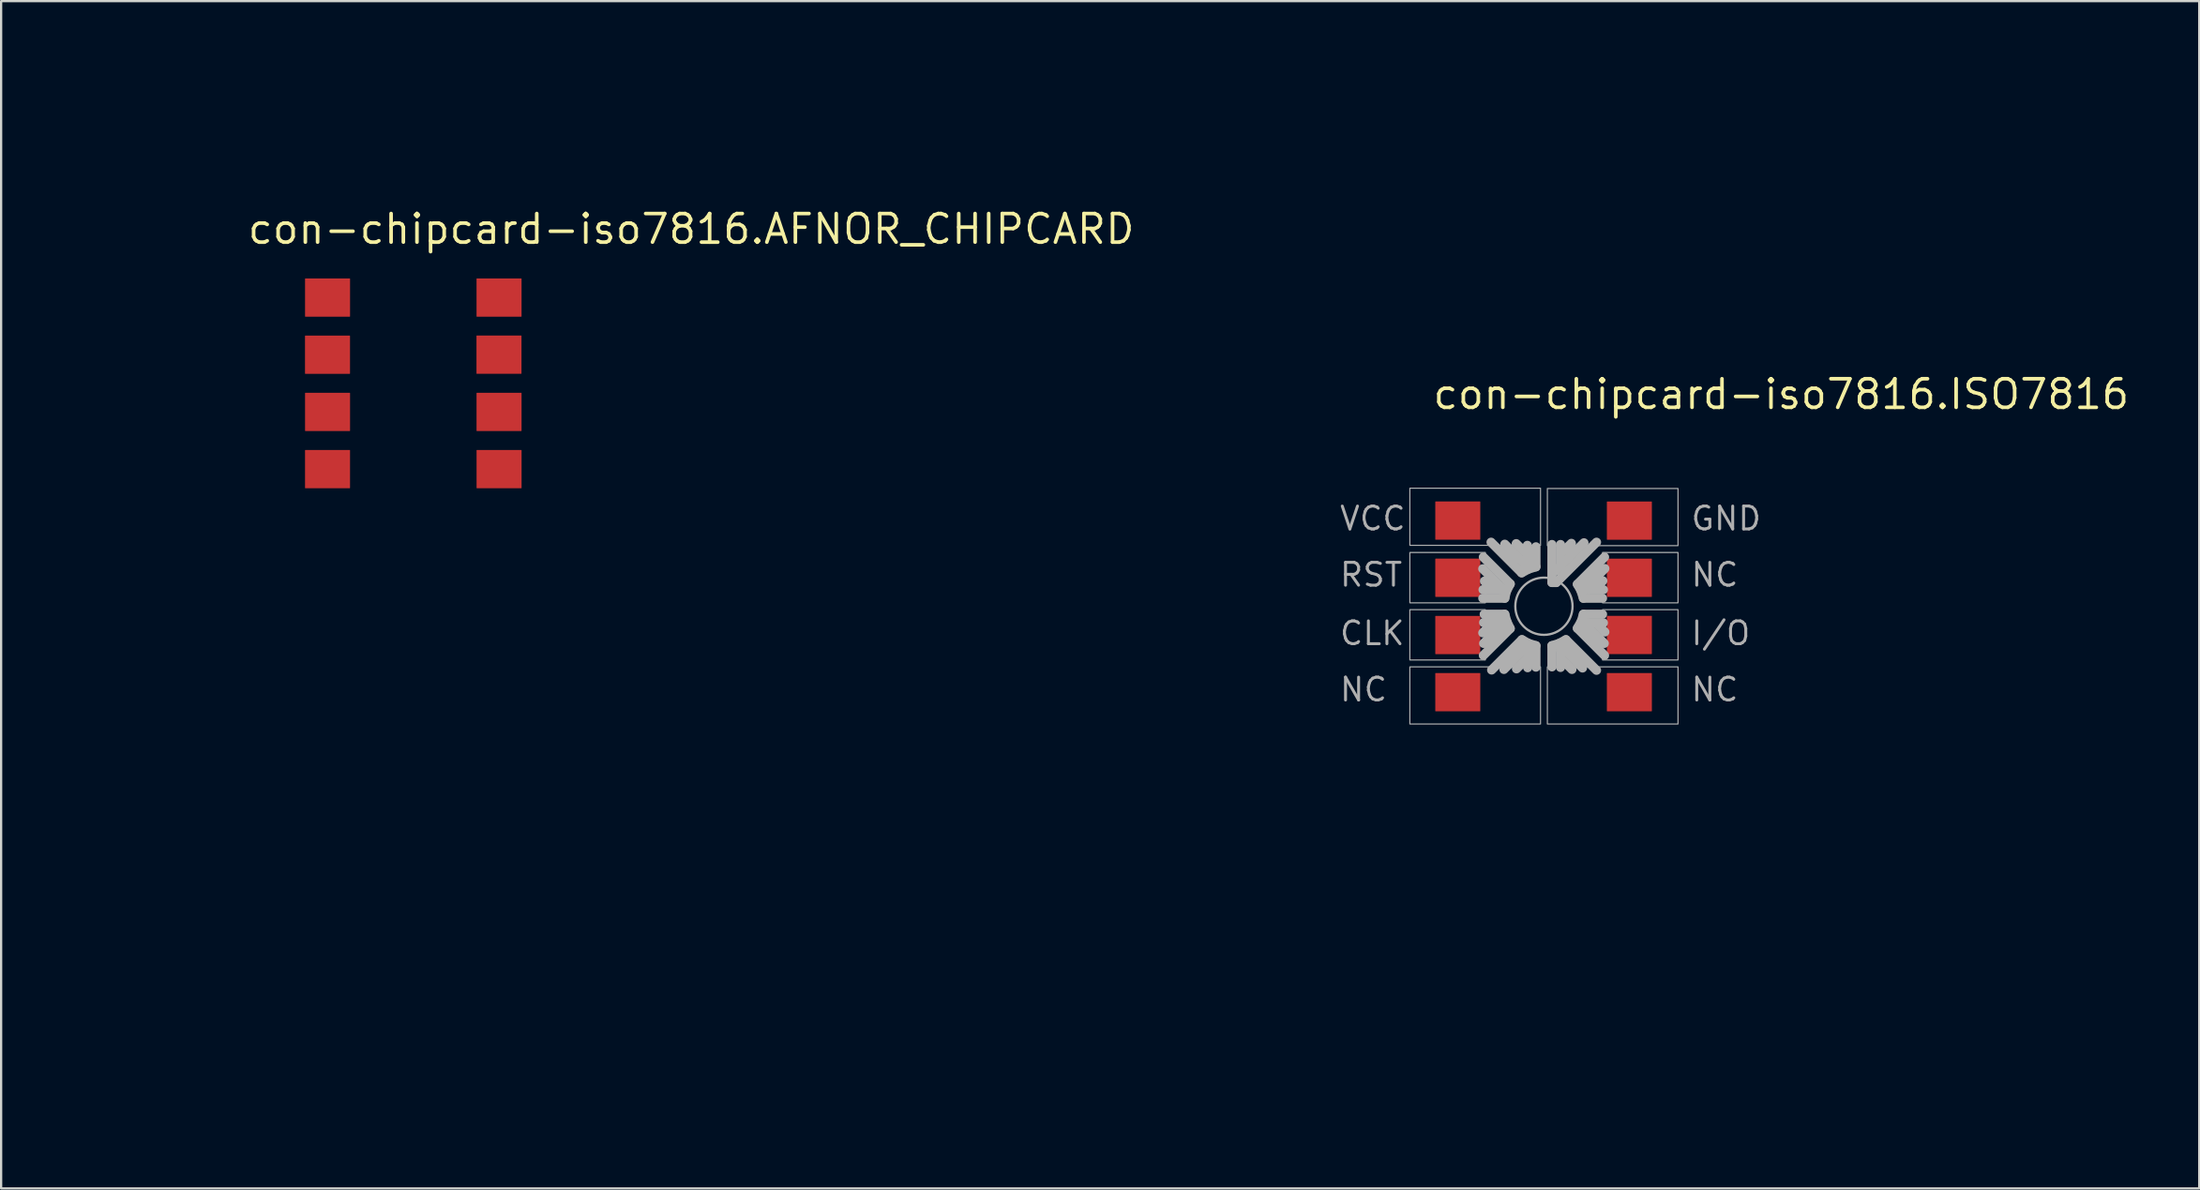
<source format=kicad_pcb>
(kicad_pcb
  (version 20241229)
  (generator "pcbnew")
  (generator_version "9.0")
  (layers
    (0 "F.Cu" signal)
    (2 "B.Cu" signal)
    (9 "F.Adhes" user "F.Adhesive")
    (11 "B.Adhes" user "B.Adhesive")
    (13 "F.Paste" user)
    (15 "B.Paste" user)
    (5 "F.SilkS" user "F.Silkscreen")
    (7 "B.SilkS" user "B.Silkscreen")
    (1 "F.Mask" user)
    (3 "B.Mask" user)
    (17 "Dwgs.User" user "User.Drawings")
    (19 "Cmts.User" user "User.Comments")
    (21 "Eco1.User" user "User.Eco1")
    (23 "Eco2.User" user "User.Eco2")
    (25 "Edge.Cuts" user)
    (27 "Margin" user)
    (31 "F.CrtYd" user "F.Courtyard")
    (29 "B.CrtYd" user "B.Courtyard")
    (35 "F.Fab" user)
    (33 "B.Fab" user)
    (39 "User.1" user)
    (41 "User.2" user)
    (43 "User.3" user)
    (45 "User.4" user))
  (footprint "con-chipcard-iso7816.AFNOR_CHIPCARD"
    (layer "F.Cu")
    (at 0.25 0.25)
    (property "Reference" "con-chipcard-iso7816.AFNOR_CHIPCARD" (at 7.62 7.62 0) (layer "F.SilkS") (effects (font (size 1.27 1.27) (thickness 0.16)) (justify left bottom)))
    (attr smd)
    (fp_line (start 0 46.5) (end 0 2.25) (stroke (width 0.0002) (type default)) (layer "F.SilkS"))
    (fp_line (start 2.25 0) (end 36.25 0) (stroke (width 0.0002) (type default)) (layer "F.SilkS"))
    (fp_arc (start 0 2.25) (mid 0.65901 0.65901) (end 2.25 0) (stroke (width 0.0002) (type default)) (layer "F.SilkS"))
    (pad "C1" smd roundrect (at 18.872 17.541) (size 2 1.7) (layers "F.Cu" "F.Mask" "F.Paste") (roundrect_rratio 0.01))
    (pad "C2" smd roundrect (at 18.871 15) (size 2 1.7) (layers "F.Cu" "F.Mask" "F.Paste") (roundrect_rratio 0.01))
    (pad "C3" smd roundrect (at 18.868 12.457) (size 2 1.7) (layers "F.Cu" "F.Mask" "F.Paste") (roundrect_rratio 0.01))
    (pad "C4" smd roundrect (at 18.871 9.92) (size 2 1.7) (layers "F.Cu" "F.Mask" "F.Paste") (roundrect_rratio 0.01))
    (pad "C5" smd roundrect (at 11.251 17.542) (size 2 1.7) (layers "F.Cu" "F.Mask" "F.Paste") (roundrect_rratio 0.01))
    (pad "C6" smd roundrect (at 11.252 15) (size 2 1.7) (layers "F.Cu" "F.Mask" "F.Paste") (roundrect_rratio 0.01))
    (pad "C7" smd roundrect (at 11.25 12.459) (size 2 1.7) (layers "F.Cu" "F.Mask" "F.Paste") (roundrect_rratio 0.01))
    (pad "C8" smd roundrect (at 11.252 9.92) (size 2 1.7) (layers "F.Cu" "F.Mask" "F.Paste") (roundrect_rratio 0.01)))
  (footprint "con-chipcard-iso7816.ISO7816"
    (layer "F.Cu")
    (at 56.716 16.48)
    (property "Reference" "con-chipcard-iso7816.ISO7816" (at 3.81 -1.27 0) (layer "F.SilkS") (effects (font (size 1.27 1.27) (thickness 0.16)) (justify left bottom)))
    (attr smd)
    (fp_line (start -6.25 30) (end -6.25 -14.48) (stroke (width 0.0002) (type default)) (layer "F.SilkS"))
    (fp_line (start -4.25 -16.48) (end 30 -16.48) (stroke (width 0.0002) (type default)) (layer "F.SilkS"))
    (fp_line (start 0 1) (end 0 14) (stroke (width 0.0002) (type default)) (layer "F.SilkS"))
    (fp_line (start 1 0) (end 24 0) (stroke (width 0.0002) (type default)) (layer "F.SilkS"))
    (fp_line (start 1 15) (end 21.7 15) (stroke (width 0.0002) (type default)) (layer "F.SilkS"))
    (fp_line (start 22.3 14.7) (end 24.8 12.2) (stroke (width 0.0002) (type default)) (layer "F.SilkS"))
    (fp_line (start 25 11.6) (end 25 1) (stroke (width 0.0002) (type default)) (layer "F.SilkS"))
    (fp_arc (start -6.25 -14.48) (mid -5.664214 -15.894214) (end -4.25 -16.48) (stroke (width 0.0002) (type default)) (layer "F.SilkS"))
    (fp_arc (start 0 1) (mid 0.292893 0.292893) (end 1 0) (stroke (width 0.0002) (type default)) (layer "F.SilkS"))
    (fp_arc (start 1 15) (mid 0.292893 14.707107) (end 0 14) (stroke (width 0.0002) (type default)) (layer "F.SilkS"))
    (fp_arc (start 22.3 14.7) (mid 22.025694 14.901388) (end 21.7 15) (stroke (width 0.0002) (type default)) (layer "F.SilkS"))
    (fp_arc (start 24 0) (mid 24.707107 0.292893) (end 25 1) (stroke (width 0.0002) (type default)) (layer "F.SilkS"))
    (fp_arc (start 25 11.6) (mid 24.948683 11.916228) (end 24.8 12.2) (stroke (width 0.0002) (type default)) (layer "F.SilkS"))
    (fp_line (start 6.109 8.585) (end 6.439 8.255) (stroke (width 0.406) (type default)) (layer "F.Fab"))
    (fp_line (start 6.121 6.668) (end 6.921 6.668) (stroke (width 0.406) (type default)) (layer "F.Fab"))
    (fp_line (start 6.134 5.22) (end 7.328 6.413) (stroke (width 0.406) (type default)) (layer "F.Fab"))
    (fp_line (start 6.134 9.588) (end 7.328 8.395) (stroke (width 0.406) (type default)) (layer "F.Fab"))
    (fp_line (start 6.147 8.128) (end 6.871 8.128) (stroke (width 0.406) (type default)) (layer "F.Fab"))
    (fp_line (start 6.388 6.49) (end 6.185 6.287) (stroke (width 0.406) (type default)) (layer "F.Fab"))
    (fp_line (start 6.439 8.255) (end 6.439 8.23) (stroke (width 0.406) (type default)) (layer "F.Fab"))
    (fp_line (start 6.871 8.128) (end 6.972 8.23) (stroke (width 0.406) (type default)) (layer "F.Fab"))
    (fp_line (start 6.921 6.553) (end 6.109 5.74) (stroke (width 0.406) (type default)) (layer "F.Fab"))
    (fp_line (start 6.921 6.668) (end 6.921 6.553) (stroke (width 0.406) (type default)) (layer "F.Fab"))
    (fp_line (start 6.972 8.23) (end 6.147 9.055) (stroke (width 0.406) (type default)) (layer "F.Fab"))
    (fp_line (start 7.087 7.048) (end 6.109 7.048) (stroke (width 0.406) (type default)) (layer "F.Fab"))
    (fp_line (start 7.087 7.76) (end 6.172 7.76) (stroke (width 0.406) (type default)) (layer "F.Fab"))
    (fp_line (start 7.163 6.731) (end 7.087 7.048) (stroke (width 0.406) (type default)) (layer "F.Fab"))
    (fp_line (start 7.176 8.077) (end 7.087 7.76) (stroke (width 0.406) (type default)) (layer "F.Fab"))
    (fp_line (start 7.328 6.413) (end 7.163 6.731) (stroke (width 0.406) (type default)) (layer "F.Fab"))
    (fp_line (start 7.328 8.395) (end 7.176 8.077) (stroke (width 0.406) (type default)) (layer "F.Fab"))
    (fp_line (start 7.607 10.185) (end 8.001 9.792) (stroke (width 0.406) (type default)) (layer "F.Fab"))
    (fp_line (start 7.836 5.918) (end 6.477 4.559) (stroke (width 0.406) (type default)) (layer "F.Fab"))
    (fp_line (start 7.849 8.89) (end 6.502 10.236) (stroke (width 0.406) (type default)) (layer "F.Fab"))
    (fp_line (start 7.988 5.016) (end 7.595 4.623) (stroke (width 0.406) (type default)) (layer "F.Fab"))
    (fp_line (start 7.988 5.55) (end 7.087 4.648) (stroke (width 0.406) (type default)) (layer "F.Fab"))
    (fp_line (start 8.014 9.246) (end 7.048 10.211) (stroke (width 0.406) (type default)) (layer "F.Fab"))
    (fp_line (start 8.09 4.699) (end 8.09 5.448) (stroke (width 0.406) (type default)) (layer "F.Fab"))
    (fp_line (start 8.09 5.448) (end 7.988 5.55) (stroke (width 0.406) (type default)) (layer "F.Fab"))
    (fp_line (start 8.103 9.335) (end 8.014 9.246) (stroke (width 0.406) (type default)) (layer "F.Fab"))
    (fp_line (start 8.103 10.135) (end 8.103 9.335) (stroke (width 0.406) (type default)) (layer "F.Fab"))
    (fp_line (start 8.141 5.753) (end 7.836 5.918) (stroke (width 0.406) (type default)) (layer "F.Fab"))
    (fp_line (start 8.141 9.055) (end 7.849 8.89) (stroke (width 0.406) (type default)) (layer "F.Fab"))
    (fp_line (start 8.471 4.763) (end 8.471 5.652) (stroke (width 0.406) (type default)) (layer "F.Fab"))
    (fp_line (start 8.471 5.652) (end 8.141 5.753) (stroke (width 0.406) (type default)) (layer "F.Fab"))
    (fp_line (start 8.471 9.157) (end 8.141 9.055) (stroke (width 0.406) (type default)) (layer "F.Fab"))
    (fp_line (start 8.471 10.109) (end 8.471 9.157) (stroke (width 0.406) (type default)) (layer "F.Fab"))
    (fp_line (start 9.182 4.661) (end 9.182 6.35) (stroke (width 0.406) (type default)) (layer "F.Fab"))
    (fp_line (start 9.182 6.35) (end 9.373 6.35) (stroke (width 0.406) (type default)) (layer "F.Fab"))
    (fp_line (start 9.182 9.157) (end 9.5 9.055) (stroke (width 0.406) (type default)) (layer "F.Fab"))
    (fp_line (start 9.182 10.097) (end 9.182 9.157) (stroke (width 0.406) (type default)) (layer "F.Fab"))
    (fp_line (start 9.373 6.35) (end 11.163 4.559) (stroke (width 0.406) (type default)) (layer "F.Fab"))
    (fp_line (start 9.5 9.055) (end 9.804 8.89) (stroke (width 0.406) (type default)) (layer "F.Fab"))
    (fp_line (start 9.563 4.661) (end 9.563 5.626) (stroke (width 0.406) (type default)) (layer "F.Fab"))
    (fp_line (start 9.563 5.626) (end 9.347 5.842) (stroke (width 0.406) (type default)) (layer "F.Fab"))
    (fp_line (start 9.563 5.626) (end 10.604 4.585) (stroke (width 0.406) (type default)) (layer "F.Fab"))
    (fp_line (start 9.563 9.347) (end 9.652 9.258) (stroke (width 0.406) (type default)) (layer "F.Fab"))
    (fp_line (start 9.563 10.122) (end 9.563 9.347) (stroke (width 0.406) (type default)) (layer "F.Fab"))
    (fp_line (start 9.652 9.258) (end 10.541 10.147) (stroke (width 0.406) (type default)) (layer "F.Fab"))
    (fp_line (start 9.677 4.978) (end 10.046 4.61) (stroke (width 0.406) (type default)) (layer "F.Fab"))
    (fp_line (start 9.804 8.89) (end 11.163 10.249) (stroke (width 0.406) (type default)) (layer "F.Fab"))
    (fp_line (start 10.071 10.211) (end 9.665 9.804) (stroke (width 0.406) (type default)) (layer "F.Fab"))
    (fp_line (start 10.312 6.426) (end 11.519 5.22) (stroke (width 0.406) (type default)) (layer "F.Fab"))
    (fp_line (start 10.312 8.382) (end 11.519 9.588) (stroke (width 0.406) (type default)) (layer "F.Fab"))
    (fp_line (start 10.465 6.693) (end 10.312 6.426) (stroke (width 0.406) (type default)) (layer "F.Fab"))
    (fp_line (start 10.49 8.065) (end 10.312 8.382) (stroke (width 0.406) (type default)) (layer "F.Fab"))
    (fp_line (start 10.579 7.048) (end 10.465 6.693) (stroke (width 0.406) (type default)) (layer "F.Fab"))
    (fp_line (start 10.579 7.76) (end 10.49 8.065) (stroke (width 0.406) (type default)) (layer "F.Fab"))
    (fp_line (start 10.681 8.23) (end 11.506 9.055) (stroke (width 0.406) (type default)) (layer "F.Fab"))
    (fp_line (start 10.693 6.566) (end 11.532 5.728) (stroke (width 0.406) (type default)) (layer "F.Fab"))
    (fp_line (start 10.77 8.141) (end 10.681 8.23) (stroke (width 0.406) (type default)) (layer "F.Fab"))
    (fp_line (start 10.795 6.668) (end 10.693 6.566) (stroke (width 0.406) (type default)) (layer "F.Fab"))
    (fp_line (start 11.189 6.528) (end 11.443 6.274) (stroke (width 0.406) (type default)) (layer "F.Fab"))
    (fp_line (start 11.43 7.048) (end 10.579 7.048) (stroke (width 0.406) (type default)) (layer "F.Fab"))
    (fp_line (start 11.43 7.76) (end 10.579 7.76) (stroke (width 0.406) (type default)) (layer "F.Fab"))
    (fp_line (start 11.468 6.668) (end 10.795 6.668) (stroke (width 0.406) (type default)) (layer "F.Fab"))
    (fp_line (start 11.468 8.141) (end 10.77 8.141) (stroke (width 0.406) (type default)) (layer "F.Fab"))
    (fp_line (start 11.532 8.547) (end 11.239 8.255) (stroke (width 0.406) (type default)) (layer "F.Fab"))
    (fp_rect (start 2.87 4.699) (end 8.674 2.159) (stroke (width 0.05) (type default)) (fill no) (layer "F.Fab"))
    (fp_rect (start 2.87 7.252) (end 6.223 5.016) (stroke (width 0.05) (type default)) (fill no) (layer "F.Fab"))
    (fp_rect (start 2.87 9.792) (end 6.223 7.556) (stroke (width 0.05) (type default)) (fill no) (layer "F.Fab"))
    (fp_rect (start 2.87 12.636) (end 8.674 10.097) (stroke (width 0.05) (type default)) (fill no) (layer "F.Fab"))
    (fp_rect (start 8.979 4.712) (end 14.783 2.172) (stroke (width 0.05) (type default)) (fill no) (layer "F.Fab"))
    (fp_rect (start 8.979 12.636) (end 14.783 10.097) (stroke (width 0.05) (type default)) (fill no) (layer "F.Fab"))
    (fp_rect (start 11.43 7.252) (end 14.783 5.016) (stroke (width 0.05) (type default)) (fill no) (layer "F.Fab"))
    (fp_rect (start 11.43 9.792) (end 14.783 7.556) (stroke (width 0.05) (type default)) (fill no) (layer "F.Fab"))
    (fp_circle (center 8.826 7.404) (end 10.097 7.404) (stroke (width 0.1) (type default)) (fill no) (layer "F.Fab"))
    (fp_text user "NC" (at -0.316 11.7 0) (layer "F.Fab") (effects (font (size 1.016 1.016) (thickness 0.13)) (justify left bottom)))
    (fp_text user "NC  " (at 15.289 6.6 0) (layer "F.Fab") (effects (font (size 1.016 1.016) (thickness 0.13)) (justify left bottom)))
    (fp_text user "I/O" (at 15.289 9.2 0) (layer "F.Fab") (effects (font (size 1.016 1.016) (thickness 0.13)) (justify left bottom)))
    (fp_text user "RST" (at -0.316 6.6 0) (layer "F.Fab") (effects (font (size 1.016 1.016) (thickness 0.13)) (justify left bottom)))
    (fp_text user "NC " (at 15.289 11.7 0) (layer "F.Fab") (effects (font (size 1.016 1.016) (thickness 0.13)) (justify left bottom)))
    (fp_text user "VCC" (at -0.316 4.1 0) (layer "F.Fab") (effects (font (size 1.016 1.016) (thickness 0.13)) (justify left bottom)))
    (fp_text user "GND" (at 15.289 4.1 0) (layer "F.Fab") (effects (font (size 1.016 1.016) (thickness 0.13)) (justify left bottom)))
    (fp_text user "CLK" (at -0.316 9.2 0) (layer "F.Fab") (effects (font (size 1.016 1.016) (thickness 0.13)) (justify left bottom)))
    (pad "C1" smd roundrect (at 4.999 3.599) (size 2 1.7) (layers "F.Cu" "F.Mask" "F.Paste") (roundrect_rratio 0.01))
    (pad "C2" smd roundrect (at 4.999 6.138) (size 2 1.7) (layers "F.Cu" "F.Mask" "F.Paste") (roundrect_rratio 0.01))
    (pad "C3" smd roundrect (at 4.999 8.683) (size 2 1.7) (layers "F.Cu" "F.Mask" "F.Paste") (roundrect_rratio 0.01))
    (pad "C4" smd roundrect (at 4.999 11.222) (size 2 1.7) (layers "F.Cu" "F.Mask" "F.Paste") (roundrect_rratio 0.01))
    (pad "C5" smd roundrect (at 12.622 3.6) (size 2 1.7) (layers "F.Cu" "F.Mask" "F.Paste") (roundrect_rratio 0.01))
    (pad "C6" smd roundrect (at 12.622 6.14) (size 2 1.7) (layers "F.Cu" "F.Mask" "F.Paste") (roundrect_rratio 0.01))
    (pad "C7" smd roundrect (at 12.622 8.68) (size 2 1.7) (layers "F.Cu" "F.Mask" "F.Paste") (roundrect_rratio 0.01))
    (pad "C8" smd roundrect (at 12.622 11.222) (size 2 1.7) (layers "F.Cu" "F.Mask" "F.Paste") (roundrect_rratio 0.01)))
  (gr_rect
    (start -3 -3)
    (end 94.655 49.75)
    (stroke (width 0.1) (type default))
    (fill no)
    (layer "Edge.Cuts")))
</source>
